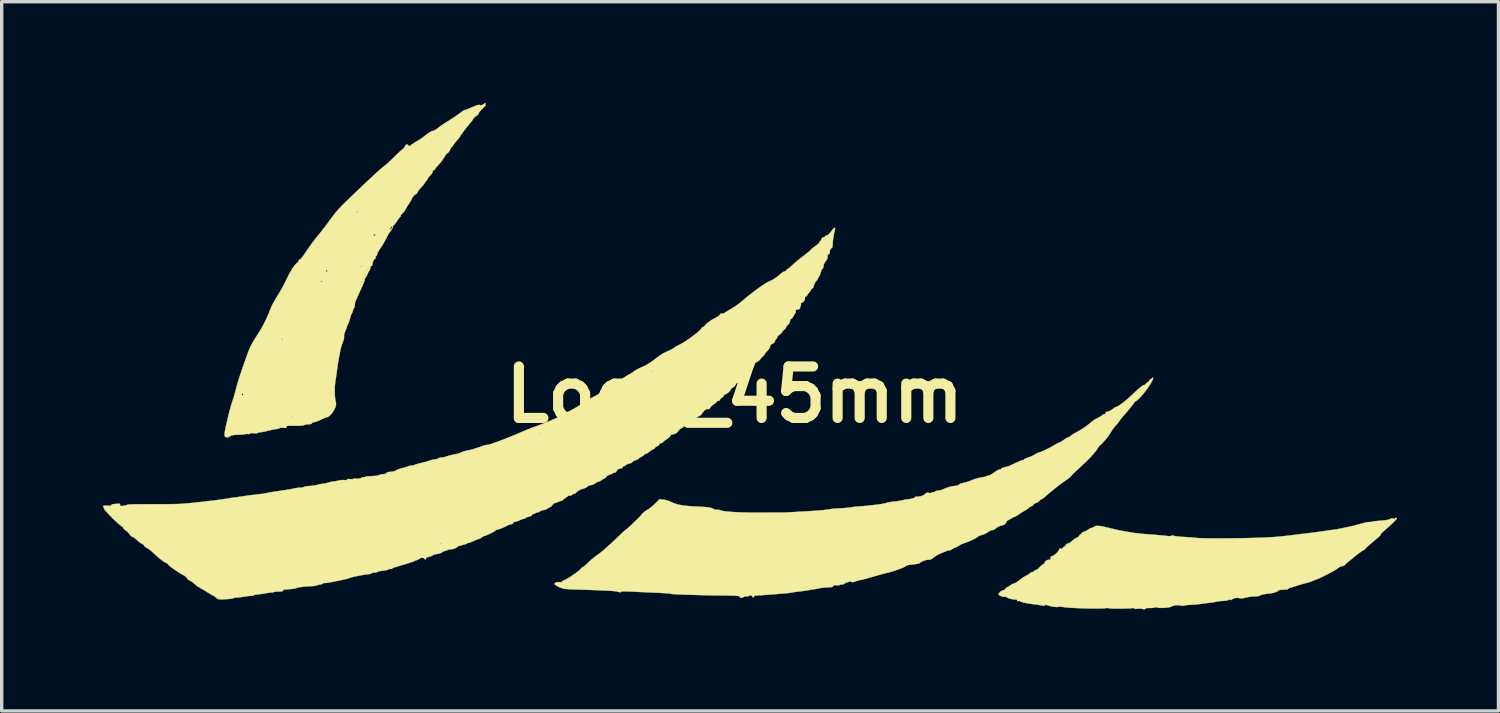
<source format=kicad_pcb>
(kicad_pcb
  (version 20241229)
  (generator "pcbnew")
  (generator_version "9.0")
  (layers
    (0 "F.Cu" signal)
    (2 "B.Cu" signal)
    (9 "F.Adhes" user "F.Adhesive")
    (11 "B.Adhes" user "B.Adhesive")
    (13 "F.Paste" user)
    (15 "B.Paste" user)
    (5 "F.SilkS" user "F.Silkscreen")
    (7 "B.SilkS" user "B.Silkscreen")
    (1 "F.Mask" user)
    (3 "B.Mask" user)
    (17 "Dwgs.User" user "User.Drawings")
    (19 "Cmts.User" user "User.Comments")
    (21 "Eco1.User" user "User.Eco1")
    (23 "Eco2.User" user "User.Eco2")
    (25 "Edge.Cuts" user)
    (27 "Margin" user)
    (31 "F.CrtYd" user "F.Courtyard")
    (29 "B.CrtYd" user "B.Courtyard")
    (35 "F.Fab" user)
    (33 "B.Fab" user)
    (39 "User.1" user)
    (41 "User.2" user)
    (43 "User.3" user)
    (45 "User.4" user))
  (footprint "Logo_45mm"
    (layer "F.Cu")
    (at 18.695 8.631)
    (property "Reference" "Logo_45mm" (at 0 0 0) (layer "F.SilkS") (effects (font (size 1.524 1.524) (thickness 0.3))))
    (attr through_hole)
    (fp_poly (pts (xy 19.6 3.655) (xy 19.604 3.661) (xy 19.588 3.685) (xy 19.545 3.731) (xy 19.483 3.794) (xy 19.409 3.864) (xy 19.332 3.935) (xy 19.258 3.999) (xy 19.241 4.014) (xy 19.179 4.068) (xy 19.136 4.112) (xy 19.119 4.137) (xy 19.119 4.137) (xy 19.117 4.15) (xy 19.108 4.166) (xy 19.086 4.19) (xy 19.046 4.226) (xy 18.983 4.281) (xy 18.891 4.358) (xy 18.86 4.385) (xy 18.779 4.454) (xy 18.714 4.513) (xy 18.671 4.556) (xy 18.657 4.574) (xy 18.64 4.594) (xy 18.632 4.595) (xy 18.601 4.609) (xy 18.544 4.645) (xy 18.472 4.698) (xy 18.392 4.759) (xy 18.317 4.821) (xy 18.258 4.871) (xy 18.189 4.926) (xy 18.176 4.937) (xy 18.117 4.985) (xy 18.069 5.03) (xy 18.06 5.04) (xy 18.009 5.072) (xy 17.971 5.08) (xy 17.915 5.096) (xy 17.874 5.125) (xy 17.833 5.155) (xy 17.761 5.199) (xy 17.666 5.253) (xy 17.559 5.31) (xy 17.45 5.366) (xy 17.347 5.416) (xy 17.262 5.454) (xy 17.214 5.472) (xy 17.151 5.495) (xy 17.106 5.515) (xy 17.099 5.519) (xy 17.066 5.533) (xy 17.002 5.553) (xy 16.92 5.575) (xy 16.914 5.576) (xy 16.82 5.601) (xy 16.731 5.626) (xy 16.672 5.646) (xy 16.597 5.671) (xy 16.509 5.697) (xy 16.482 5.704) (xy 16.421 5.723) (xy 16.386 5.741) (xy 16.383 5.749) (xy 16.371 5.762) (xy 16.33 5.768) (xy 16.212 5.773) (xy 16.137 5.781) (xy 16.1 5.79) (xy 16.094 5.797) (xy 16.075 5.817) (xy 16.026 5.841) (xy 15.963 5.863) (xy 15.906 5.875) (xy 15.772 5.892) (xy 15.677 5.907) (xy 15.614 5.919) (xy 15.576 5.932) (xy 15.556 5.944) (xy 15.52 5.959) (xy 15.453 5.969) (xy 15.39 5.971) (xy 15.286 5.978) (xy 15.176 5.996) (xy 15.126 6.008) (xy 15.018 6.031) (xy 14.947 6.025) (xy 14.878 6.014) (xy 14.802 6.023) (xy 14.738 6.048) (xy 14.717 6.066) (xy 14.689 6.085) (xy 14.674 6.073) (xy 14.65 6.06) (xy 14.627 6.074) (xy 14.588 6.089) (xy 14.52 6.1) (xy 14.45 6.106) (xy 14.368 6.111) (xy 14.302 6.119) (xy 14.27 6.126) (xy 14.228 6.136) (xy 14.159 6.148) (xy 14.12 6.153) (xy 13.978 6.17) (xy 13.868 6.184) (xy 13.777 6.197) (xy 13.762 6.199) (xy 13.698 6.207) (xy 13.608 6.214) (xy 13.509 6.22) (xy 13.506 6.22) (xy 13.418 6.226) (xy 13.347 6.234) (xy 13.306 6.243) (xy 13.304 6.244) (xy 13.261 6.251) (xy 13.231 6.246) (xy 13.143 6.231) (xy 13.048 6.235) (xy 12.966 6.255) (xy 12.941 6.268) (xy 12.89 6.287) (xy 12.81 6.301) (xy 12.716 6.31) (xy 12.623 6.313) (xy 12.545 6.308) (xy 12.498 6.296) (xy 12.456 6.291) (xy 12.429 6.3) (xy 12.382 6.312) (xy 12.311 6.316) (xy 12.279 6.315) (xy 12.197 6.316) (xy 12.155 6.334) (xy 12.152 6.338) (xy 12.126 6.358) (xy 12.091 6.346) (xy 12.04 6.334) (xy 11.964 6.334) (xy 11.935 6.337) (xy 11.858 6.342) (xy 11.824 6.332) (xy 11.823 6.326) (xy 11.809 6.311) (xy 11.801 6.314) (xy 11.77 6.321) (xy 11.703 6.326) (xy 11.611 6.329) (xy 11.504 6.332) (xy 11.39 6.333) (xy 11.281 6.333) (xy 11.185 6.331) (xy 11.112 6.328) (xy 11.072 6.323) (xy 11.068 6.321) (xy 11.04 6.311) (xy 11.012 6.316) (xy 10.964 6.323) (xy 10.876 6.328) (xy 10.759 6.33) (xy 10.62 6.33) (xy 10.467 6.328) (xy 10.307 6.324) (xy 10.15 6.318) (xy 10.002 6.311) (xy 9.872 6.303) (xy 9.768 6.293) (xy 9.698 6.283) (xy 9.695 6.282) (xy 9.632 6.275) (xy 9.584 6.279) (xy 9.58 6.281) (xy 9.54 6.287) (xy 9.471 6.282) (xy 9.389 6.27) (xy 9.312 6.252) (xy 9.254 6.232) (xy 9.251 6.23) (xy 9.207 6.22) (xy 9.191 6.233) (xy 9.166 6.246) (xy 9.111 6.243) (xy 9.05 6.233) (xy 8.974 6.218) (xy 8.913 6.209) (xy 8.89 6.207) (xy 8.848 6.204) (xy 8.775 6.193) (xy 8.684 6.179) (xy 8.59 6.163) (xy 8.547 6.155) (xy 8.492 6.136) (xy 8.463 6.12) (xy 8.418 6.106) (xy 8.396 6.11) (xy 8.365 6.108) (xy 8.359 6.086) (xy 8.348 6.06) (xy 8.335 6.062) (xy 8.302 6.065) (xy 8.243 6.058) (xy 8.175 6.045) (xy 8.111 6.028) (xy 8.068 6.01) (xy 8.059 6) (xy 8.038 5.988) (xy 7.987 5.981) (xy 7.966 5.981) (xy 7.909 5.975) (xy 7.876 5.963) (xy 7.874 5.957) (xy 7.855 5.937) (xy 7.839 5.934) (xy 7.81 5.925) (xy 7.815 5.896) (xy 7.85 5.848) (xy 7.897 5.81) (xy 7.94 5.796) (xy 7.988 5.777) (xy 8.013 5.75) (xy 8.041 5.713) (xy 8.061 5.703) (xy 8.093 5.69) (xy 8.144 5.658) (xy 8.161 5.646) (xy 8.217 5.609) (xy 8.263 5.589) (xy 8.271 5.588) (xy 8.313 5.573) (xy 8.381 5.529) (xy 8.47 5.462) (xy 8.512 5.429) (xy 8.547 5.406) (xy 8.605 5.373) (xy 8.629 5.361) (xy 8.692 5.324) (xy 8.741 5.288) (xy 8.75 5.278) (xy 8.783 5.255) (xy 8.801 5.256) (xy 8.831 5.25) (xy 8.865 5.221) (xy 8.9 5.191) (xy 8.922 5.189) (xy 8.945 5.183) (xy 8.986 5.15) (xy 9.012 5.123) (xy 9.065 5.071) (xy 9.098 5.045) (xy 17.942 5.045) (xy 17.953 5.057) (xy 17.965 5.045) (xy 17.953 5.034) (xy 17.942 5.045) (xy 9.098 5.045) (xy 9.112 5.035) (xy 9.127 5.027) (xy 9.161 5.003) (xy 9.167 4.988) (xy 9.187 4.944) (xy 9.232 4.906) (xy 9.284 4.887) (xy 9.304 4.888) (xy 9.339 4.889) (xy 9.351 4.859) (xy 9.352 4.84) (xy 9.363 4.792) (xy 9.392 4.78) (xy 9.435 4.764) (xy 9.491 4.724) (xy 9.547 4.672) (xy 9.59 4.621) (xy 9.606 4.583) (xy 9.618 4.557) (xy 9.652 4.56) (xy 9.697 4.559) (xy 9.712 4.539) (xy 9.74 4.507) (xy 9.756 4.503) (xy 9.785 4.483) (xy 9.797 4.457) (xy 9.828 4.418) (xy 9.86 4.41) (xy 9.907 4.394) (xy 9.962 4.354) (xy 9.976 4.341) (xy 10.041 4.285) (xy 10.115 4.24) (xy 10.123 4.237) (xy 10.177 4.206) (xy 10.205 4.174) (xy 10.206 4.168) (xy 10.225 4.137) (xy 10.241 4.133) (xy 10.271 4.115) (xy 10.275 4.099) (xy 10.295 4.07) (xy 10.323 4.064) (xy 10.372 4.05) (xy 10.432 4.017) (xy 10.447 4.006) (xy 10.502 3.97) (xy 10.548 3.95) (xy 10.556 3.949) (xy 10.6 3.935) (xy 10.635 3.915) (xy 10.672 3.894) (xy 10.718 3.884) (xy 10.782 3.885) (xy 10.871 3.898) (xy 10.99 3.924) (xy 11.104 3.951) (xy 11.227 3.98) (xy 11.344 4.007) (xy 11.443 4.028) (xy 11.511 4.041) (xy 11.511 4.041) (xy 11.602 4.056) (xy 11.708 4.074) (xy 11.765 4.084) (xy 11.855 4.097) (xy 11.97 4.111) (xy 12.087 4.122) (xy 12.111 4.124) (xy 12.301 4.138) (xy 12.482 4.153) (xy 12.644 4.168) (xy 12.778 4.181) (xy 12.85 4.189) (xy 12.904 4.188) (xy 12.934 4.175) (xy 12.965 4.165) (xy 12.993 4.176) (xy 13.034 4.187) (xy 13.109 4.198) (xy 13.208 4.207) (xy 13.291 4.212) (xy 13.411 4.219) (xy 13.528 4.228) (xy 13.626 4.236) (xy 13.67 4.241) (xy 13.746 4.247) (xy 13.862 4.251) (xy 14.011 4.254) (xy 14.188 4.255) (xy 14.385 4.255) (xy 14.596 4.254) (xy 14.816 4.252) (xy 15.037 4.248) (xy 15.254 4.244) (xy 15.46 4.238) (xy 15.648 4.232) (xy 15.813 4.224) (xy 15.948 4.216) (xy 15.956 4.215) (xy 16.038 4.209) (xy 16.142 4.199) (xy 16.256 4.187) (xy 16.37 4.175) (xy 16.471 4.164) (xy 16.549 4.154) (xy 16.591 4.148) (xy 16.632 4.142) (xy 16.707 4.132) (xy 16.806 4.121) (xy 16.891 4.112) (xy 17.026 4.096) (xy 17.174 4.077) (xy 17.31 4.058) (xy 17.364 4.05) (xy 17.472 4.034) (xy 17.574 4.019) (xy 17.653 4.009) (xy 17.676 4.006) (xy 17.719 4.001) (xy 17.772 3.993) (xy 17.842 3.981) (xy 17.935 3.963) (xy 18.059 3.938) (xy 18.221 3.904) (xy 18.233 3.902) (xy 18.299 3.886) (xy 18.392 3.862) (xy 18.498 3.833) (xy 18.54 3.821) (xy 18.634 3.796) (xy 18.713 3.778) (xy 18.766 3.769) (xy 18.779 3.77) (xy 18.82 3.771) (xy 18.877 3.759) (xy 18.933 3.748) (xy 19.019 3.739) (xy 19.117 3.731) (xy 19.133 3.731) (xy 19.254 3.72) (xy 19.35 3.701) (xy 19.394 3.684) (xy 19.452 3.661) (xy 19.489 3.664) (xy 19.502 3.673) (xy 19.529 3.688) (xy 19.535 3.674) (xy 19.554 3.651) (xy 19.57 3.648) (xy 19.6 3.655)) (stroke (width 0.01) (type solid)) (fill yes) (layer "F.SilkS"))
    (fp_poly (pts (xy 12.389 -0.492) (xy 12.377 -0.447) (xy 12.344 -0.38) (xy 12.294 -0.297) (xy 12.232 -0.204) (xy 12.162 -0.109) (xy 12.089 -0.016) (xy 12.018 0.067) (xy 11.952 0.135) (xy 11.897 0.181) (xy 11.867 0.197) (xy 11.831 0.22) (xy 11.823 0.239) (xy 11.808 0.266) (xy 11.768 0.32) (xy 11.708 0.394) (xy 11.633 0.482) (xy 11.603 0.517) (xy 11.525 0.607) (xy 11.459 0.685) (xy 11.411 0.744) (xy 11.386 0.779) (xy 11.384 0.784) (xy 11.369 0.809) (xy 11.331 0.857) (xy 11.29 0.903) (xy 11.231 0.972) (xy 11.181 1.039) (xy 11.16 1.073) (xy 11.117 1.142) (xy 11.058 1.226) (xy 10.99 1.314) (xy 10.923 1.394) (xy 10.866 1.455) (xy 10.834 1.482) (xy 10.781 1.533) (xy 10.748 1.586) (xy 10.72 1.63) (xy 10.668 1.697) (xy 10.601 1.777) (xy 10.525 1.859) (xy 10.452 1.934) (xy 10.442 1.944) (xy 10.326 2.054) (xy 10.221 2.153) (xy 10.134 2.234) (xy 10.085 2.278) (xy 10.028 2.332) (xy 9.983 2.38) (xy 9.972 2.394) (xy 9.916 2.451) (xy 9.822 2.524) (xy 9.71 2.601) (xy 9.633 2.655) (xy 9.551 2.718) (xy 9.525 2.739) (xy 9.459 2.794) (xy 9.396 2.845) (xy 9.375 2.862) (xy 9.325 2.902) (xy 9.259 2.959) (xy 9.213 3) (xy 9.154 3.05) (xy 9.107 3.084) (xy 9.085 3.094) (xy 9.054 3.11) (xy 9.012 3.149) (xy 9.01 3.152) (xy 8.962 3.192) (xy 8.915 3.21) (xy 8.914 3.21) (xy 8.868 3.228) (xy 8.844 3.256) (xy 8.811 3.293) (xy 8.787 3.302) (xy 8.747 3.317) (xy 8.714 3.342) (xy 8.685 3.37) (xy 8.649 3.396) (xy 8.597 3.428) (xy 8.518 3.472) (xy 8.453 3.512) (xy 8.398 3.553) (xy 8.394 3.556) (xy 8.334 3.595) (xy 8.29 3.614) (xy 8.242 3.632) (xy 8.22 3.646) (xy 8.194 3.664) (xy 8.141 3.691) (xy 8.122 3.7) (xy 8.058 3.741) (xy 8.036 3.783) (xy 8.036 3.784) (xy 8.014 3.825) (xy 7.948 3.861) (xy 7.849 3.888) (xy 7.792 3.913) (xy 7.731 3.956) (xy 7.725 3.961) (xy 7.676 3.997) (xy 7.636 4.01) (xy 7.63 4.009) (xy 7.591 4.013) (xy 7.546 4.036) (xy 7.454 4.097) (xy 7.37 4.139) (xy 7.306 4.156) (xy 7.301 4.156) (xy 7.246 4.172) (xy 7.222 4.188) (xy 7.175 4.223) (xy 7.098 4.267) (xy 7.007 4.312) (xy 6.915 4.353) (xy 6.835 4.382) (xy 6.821 4.386) (xy 6.737 4.416) (xy 6.654 4.46) (xy 6.641 4.468) (xy 6.582 4.504) (xy 6.536 4.524) (xy 6.526 4.526) (xy 6.488 4.54) (xy 6.443 4.572) (xy 6.4 4.6) (xy 6.37 4.605) (xy 6.338 4.605) (xy 6.284 4.622) (xy 6.275 4.626) (xy 6.207 4.655) (xy 6.123 4.689) (xy 6.088 4.702) (xy 6 4.746) (xy 5.911 4.803) (xy 5.886 4.823) (xy 5.819 4.872) (xy 5.766 4.89) (xy 5.732 4.888) (xy 5.677 4.892) (xy 5.604 4.913) (xy 5.533 4.944) (xy 5.482 4.978) (xy 5.472 4.989) (xy 5.445 5) (xy 5.384 5.012) (xy 5.3 5.022) (xy 5.276 5.024) (xy 5.168 5.038) (xy 5.096 5.057) (xy 5.067 5.074) (xy 5.036 5.095) (xy 4.971 5.125) (xy 4.883 5.16) (xy 4.781 5.196) (xy 4.678 5.23) (xy 4.583 5.257) (xy 4.549 5.266) (xy 4.372 5.31) (xy 4.159 5.369) (xy 4.006 5.414) (xy 3.904 5.443) (xy 3.81 5.468) (xy 3.738 5.484) (xy 3.718 5.487) (xy 3.641 5.504) (xy 3.573 5.53) (xy 3.504 5.551) (xy 3.445 5.539) (xy 3.394 5.527) (xy 3.376 5.541) (xy 3.354 5.555) (xy 3.346 5.552) (xy 3.315 5.556) (xy 3.269 5.583) (xy 3.264 5.587) (xy 3.205 5.619) (xy 3.16 5.621) (xy 3.125 5.62) (xy 3.117 5.63) (xy 3.097 5.642) (xy 3.044 5.643) (xy 3.025 5.641) (xy 2.961 5.637) (xy 2.928 5.65) (xy 2.919 5.666) (xy 2.899 5.688) (xy 2.854 5.7) (xy 2.774 5.704) (xy 2.763 5.704) (xy 2.668 5.708) (xy 2.575 5.718) (xy 2.528 5.727) (xy 2.456 5.742) (xy 2.351 5.761) (xy 2.228 5.781) (xy 2.1 5.801) (xy 1.981 5.818) (xy 1.885 5.83) (xy 1.87 5.831) (xy 1.791 5.841) (xy 1.719 5.852) (xy 1.704 5.855) (xy 1.643 5.865) (xy 1.562 5.875) (xy 1.531 5.878) (xy 1.464 5.884) (xy 1.364 5.892) (xy 1.246 5.902) (xy 1.131 5.912) (xy 1.005 5.922) (xy 0.88 5.931) (xy 0.773 5.938) (xy 0.704 5.941) (xy 0.62 5.948) (xy 0.578 5.961) (xy 0.572 5.975) (xy 0.566 6.001) (xy 0.541 5.997) (xy 0.513 5.967) (xy 0.511 5.964) (xy 0.489 5.938) (xy 0.458 5.942) (xy 0.431 5.955) (xy 0.381 5.973) (xy 0.348 5.97) (xy 0.308 5.967) (xy 0.293 5.975) (xy 0.229 6.009) (xy 0.173 6.009) (xy 0.163 6.005) (xy 0.138 5.977) (xy 0.136 5.966) (xy 0.115 5.96) (xy 0.055 5.954) (xy -0.038 5.949) (xy -0.155 5.946) (xy -0.29 5.944) (xy -0.295 5.944) (xy -0.45 5.943) (xy -0.621 5.941) (xy -0.802 5.938) (xy -0.986 5.934) (xy -1.168 5.929) (xy -1.341 5.924) (xy -1.499 5.919) (xy -1.637 5.914) (xy -1.749 5.909) (xy -1.828 5.904) (xy -1.869 5.9) (xy -1.872 5.898) (xy -1.906 5.89) (xy -1.984 5.882) (xy -2.105 5.874) (xy -2.27 5.865) (xy -2.481 5.856) (xy -2.505 5.855) (xy -2.655 5.848) (xy -2.824 5.841) (xy -2.987 5.833) (xy -3.088 5.828) (xy -3.221 5.823) (xy -3.311 5.824) (xy -3.36 5.83) (xy -3.371 5.839) (xy -3.386 5.852) (xy -3.432 5.841) (xy -3.435 5.84) (xy -3.489 5.826) (xy -3.572 5.815) (xy -3.667 5.807) (xy -3.671 5.806) (xy -3.772 5.801) (xy -3.908 5.796) (xy -4.069 5.789) (xy -4.244 5.782) (xy -4.421 5.776) (xy -4.591 5.77) (xy -4.742 5.766) (xy -4.814 5.764) (xy -4.915 5.759) (xy -5.004 5.752) (xy -5.066 5.743) (xy -5.08 5.74) (xy -5.164 5.709) (xy -5.242 5.672) (xy -5.302 5.636) (xy -5.332 5.606) (xy -5.334 5.6) (xy -5.314 5.573) (xy -5.266 5.554) (xy -5.208 5.547) (xy -5.174 5.553) (xy -5.126 5.548) (xy -5.104 5.531) (xy -5.07 5.501) (xy -5.054 5.496) (xy -5.018 5.483) (xy -4.956 5.449) (xy -4.876 5.4) (xy -4.789 5.342) (xy -4.704 5.283) (xy -4.632 5.229) (xy -4.581 5.186) (xy -4.567 5.171) (xy -4.528 5.126) (xy -4.495 5.104) (xy -4.492 5.103) (xy -4.464 5.088) (xy -4.415 5.047) (xy -4.355 4.99) (xy -4.352 4.986) (xy -4.277 4.916) (xy -4.181 4.836) (xy -4.083 4.76) (xy -4.064 4.747) (xy -3.996 4.697) (xy -3.925 4.64) (xy -3.844 4.572) (xy -3.75 4.489) (xy -3.638 4.385) (xy -3.502 4.258) (xy -3.353 4.116) (xy -3.291 4.058) (xy -3.243 4.015) (xy -3.217 3.995) (xy -3.215 3.995) (xy -3.194 3.98) (xy -3.148 3.939) (xy -3.084 3.881) (xy -3.011 3.813) (xy -2.937 3.741) (xy -2.868 3.674) (xy -2.813 3.618) (xy -2.78 3.582) (xy -2.773 3.573) (xy -2.743 3.532) (xy -2.685 3.479) (xy -2.612 3.426) (xy -2.557 3.393) (xy -2.497 3.353) (xy -2.423 3.291) (xy -2.349 3.222) (xy -2.349 3.221) (xy -2.227 3.095) (xy -2.1 3.109) (xy -2.008 3.128) (xy -1.917 3.159) (xy -1.882 3.176) (xy -1.785 3.22) (xy -1.665 3.255) (xy -1.516 3.282) (xy -1.333 3.301) (xy -1.111 3.314) (xy -0.962 3.32) (xy -0.852 3.328) (xy -0.771 3.337) (xy -0.711 3.349) (xy -0.665 3.365) (xy -0.643 3.376) (xy -0.58 3.401) (xy -0.529 3.41) (xy -0.518 3.408) (xy -0.47 3.407) (xy -0.434 3.42) (xy -0.377 3.438) (xy -0.278 3.454) (xy -0.142 3.467) (xy 0.025 3.478) (xy 0.221 3.486) (xy 0.439 3.491) (xy 0.675 3.493) (xy 0.739 3.492) (xy 0.935 3.491) (xy 1.091 3.491) (xy 1.211 3.49) (xy 1.3 3.49) (xy 1.365 3.49) (xy 1.411 3.49) (xy 1.443 3.491) (xy 1.449 3.491) (xy 1.488 3.49) (xy 1.562 3.486) (xy 1.658 3.481) (xy 1.732 3.476) (xy 1.852 3.469) (xy 1.971 3.462) (xy 2.073 3.456) (xy 2.113 3.454) (xy 2.303 3.443) (xy 2.477 3.43) (xy 2.628 3.417) (xy 2.747 3.403) (xy 2.806 3.394) (xy 2.882 3.381) (xy 2.946 3.374) (xy 2.967 3.373) (xy 3.025 3.371) (xy 3.109 3.367) (xy 3.206 3.36) (xy 3.302 3.352) (xy 3.387 3.344) (xy 3.445 3.336) (xy 3.464 3.333) (xy 3.504 3.325) (xy 3.574 3.317) (xy 3.637 3.312) (xy 3.78 3.301) (xy 3.929 3.288) (xy 4.075 3.272) (xy 4.21 3.257) (xy 4.326 3.241) (xy 4.416 3.226) (xy 4.47 3.214) (xy 4.479 3.21) (xy 4.507 3.199) (xy 4.552 3.189) (xy 4.621 3.177) (xy 4.723 3.164) (xy 4.826 3.152) (xy 4.903 3.141) (xy 4.965 3.129) (xy 4.988 3.123) (xy 5.041 3.108) (xy 5.057 3.106) (xy 5.149 3.097) (xy 5.233 3.081) (xy 5.297 3.063) (xy 5.331 3.045) (xy 5.334 3.039) (xy 5.355 3.02) (xy 5.412 3.02) (xy 5.505 3.011) (xy 5.601 2.971) (xy 5.666 2.92) (xy 5.708 2.897) (xy 5.748 2.908) (xy 5.791 2.921) (xy 5.808 2.908) (xy 5.84 2.892) (xy 5.851 2.894) (xy 5.89 2.89) (xy 5.922 2.872) (xy 5.979 2.848) (xy 6.032 2.84) (xy 6.101 2.829) (xy 6.166 2.805) (xy 6.218 2.78) (xy 6.251 2.768) (xy 6.252 2.768) (xy 6.284 2.758) (xy 6.327 2.741) (xy 6.395 2.72) (xy 6.454 2.71) (xy 6.521 2.702) (xy 6.569 2.696) (xy 6.619 2.679) (xy 6.639 2.664) (xy 6.678 2.639) (xy 6.719 2.625) (xy 6.86 2.591) (xy 6.971 2.554) (xy 7.047 2.522) (xy 7.135 2.489) (xy 7.233 2.464) (xy 7.259 2.46) (xy 7.337 2.446) (xy 7.402 2.431) (xy 7.421 2.424) (xy 7.484 2.404) (xy 7.529 2.392) (xy 7.581 2.371) (xy 7.649 2.33) (xy 7.691 2.298) (xy 7.757 2.253) (xy 7.818 2.223) (xy 7.846 2.217) (xy 7.883 2.21) (xy 7.887 2.196) (xy 7.899 2.178) (xy 7.952 2.158) (xy 8.039 2.139) (xy 8.047 2.137) (xy 8.086 2.127) (xy 8.145 2.103) (xy 8.231 2.063) (xy 8.324 2.018) (xy 8.407 1.981) (xy 8.477 1.953) (xy 8.522 1.94) (xy 8.526 1.94) (xy 8.561 1.93) (xy 8.567 1.92) (xy 8.587 1.902) (xy 8.639 1.879) (xy 8.69 1.861) (xy 8.778 1.827) (xy 8.863 1.786) (xy 8.896 1.766) (xy 8.957 1.73) (xy 9.007 1.71) (xy 9.019 1.709) (xy 9.056 1.698) (xy 9.122 1.671) (xy 9.207 1.632) (xy 9.299 1.586) (xy 9.386 1.54) (xy 9.459 1.498) (xy 9.49 1.478) (xy 9.554 1.442) (xy 9.606 1.42) (xy 9.66 1.395) (xy 9.726 1.353) (xy 9.748 1.336) (xy 9.804 1.296) (xy 9.849 1.273) (xy 9.861 1.27) (xy 9.9 1.256) (xy 9.933 1.232) (xy 9.963 1.206) (xy 9.999 1.181) (xy 10.049 1.151) (xy 10.124 1.109) (xy 10.181 1.079) (xy 10.29 1.013) (xy 10.408 0.932) (xy 10.514 0.85) (xy 10.541 0.826) (xy 10.588 0.786) (xy 10.634 0.753) (xy 10.695 0.718) (xy 10.766 0.681) (xy 10.834 0.643) (xy 10.882 0.612) (xy 10.899 0.595) (xy 10.918 0.581) (xy 10.948 0.577) (xy 10.983 0.567) (xy 10.983 0.543) (xy 10.986 0.516) (xy 11.026 0.507) (xy 11.032 0.507) (xy 11.09 0.491) (xy 11.156 0.453) (xy 11.175 0.438) (xy 11.229 0.396) (xy 11.271 0.372) (xy 11.282 0.369) (xy 11.324 0.354) (xy 11.392 0.313) (xy 11.478 0.252) (xy 11.575 0.175) (xy 11.674 0.089) (xy 11.73 0.037) (xy 11.854 -0.078) (xy 11.948 -0.165) (xy 12.018 -0.225) (xy 12.067 -0.262) (xy 12.099 -0.28) (xy 12.116 -0.282) (xy 12.149 -0.294) (xy 12.174 -0.322) (xy 12.207 -0.359) (xy 12.231 -0.369) (xy 12.259 -0.389) (xy 12.273 -0.416) (xy 12.298 -0.453) (xy 12.321 -0.462) (xy 12.35 -0.475) (xy 12.354 -0.485) (xy 12.37 -0.507) (xy 12.375 -0.508) (xy 12.389 -0.492)) (stroke (width 0.01) (type solid)) (fill yes) (layer "F.SilkS"))
    (fp_poly (pts (xy -7.369 -8.599) (xy -7.382 -8.553) (xy -7.436 -8.49) (xy -7.465 -8.463) (xy -7.522 -8.406) (xy -7.564 -8.353) (xy -7.577 -8.324) (xy -7.603 -8.282) (xy -7.651 -8.247) (xy -7.701 -8.214) (xy -7.73 -8.179) (xy -7.756 -8.133) (xy -7.784 -8.094) (xy -7.839 -8.028) (xy -7.901 -7.951) (xy -7.962 -7.875) (xy -8.012 -7.81) (xy -8.044 -7.768) (xy -8.047 -7.762) (xy -8.084 -7.712) (xy -8.099 -7.694) (xy -8.124 -7.657) (xy -8.128 -7.642) (xy -8.143 -7.616) (xy -8.181 -7.567) (xy -8.232 -7.511) (xy -8.285 -7.45) (xy -8.322 -7.399) (xy -8.335 -7.372) (xy -8.35 -7.345) (xy -8.359 -7.343) (xy -8.382 -7.324) (xy -8.411 -7.275) (xy -8.422 -7.252) (xy -8.454 -7.193) (xy -8.487 -7.156) (xy -8.497 -7.152) (xy -8.529 -7.127) (xy -8.567 -7.075) (xy -8.578 -7.055) (xy -8.652 -6.94) (xy -8.76 -6.808) (xy -8.815 -6.749) (xy -8.851 -6.705) (xy -8.867 -6.673) (xy -8.867 -6.672) (xy -8.886 -6.653) (xy -8.902 -6.65) (xy -8.93 -6.631) (xy -8.936 -6.603) (xy -8.953 -6.557) (xy -8.994 -6.506) (xy -9.002 -6.499) (xy -9.056 -6.441) (xy -9.096 -6.377) (xy -9.098 -6.374) (xy -9.123 -6.326) (xy -9.145 -6.304) (xy -9.147 -6.304) (xy -9.167 -6.286) (xy -9.167 -6.281) (xy -9.181 -6.248) (xy -9.207 -6.215) (xy -9.301 -6.112) (xy -9.362 -6.037) (xy -9.393 -5.987) (xy -9.398 -5.966) (xy -9.412 -5.94) (xy -9.427 -5.94) (xy -9.454 -5.929) (xy -9.492 -5.892) (xy -9.53 -5.845) (xy -9.555 -5.801) (xy -9.56 -5.784) (xy -9.572 -5.758) (xy -9.603 -5.708) (xy -9.634 -5.661) (xy -9.685 -5.585) (xy -9.73 -5.509) (xy -9.749 -5.475) (xy -9.788 -5.414) (xy -9.831 -5.368) (xy -9.836 -5.364) (xy -9.872 -5.327) (xy -9.883 -5.3) (xy -9.894 -5.266) (xy -9.901 -5.261) (xy -9.923 -5.239) (xy -9.96 -5.189) (xy -9.998 -5.132) (xy -10.041 -5.069) (xy -10.077 -5.025) (xy -10.095 -5.011) (xy -10.112 -4.992) (xy -10.114 -4.975) (xy -10.126 -4.937) (xy -10.157 -4.881) (xy -10.195 -4.823) (xy -10.229 -4.781) (xy -10.231 -4.78) (xy -10.247 -4.755) (xy -10.276 -4.699) (xy -10.313 -4.625) (xy -10.317 -4.618) (xy -10.37 -4.518) (xy -10.436 -4.408) (xy -10.493 -4.323) (xy -10.541 -4.25) (xy -10.574 -4.189) (xy -10.585 -4.151) (xy -10.585 -4.147) (xy -10.592 -4.114) (xy -10.609 -4.102) (xy -10.633 -4.074) (xy -10.629 -4.05) (xy -10.626 -4.023) (xy -10.638 -4.025) (xy -10.661 -4.017) (xy -10.687 -3.978) (xy -10.709 -3.924) (xy -10.72 -3.869) (xy -10.72 -3.852) (xy -10.732 -3.817) (xy -10.75 -3.81) (xy -10.777 -3.79) (xy -10.783 -3.754) (xy -10.797 -3.696) (xy -10.817 -3.664) (xy -10.849 -3.616) (xy -10.865 -3.571) (xy -10.889 -3.516) (xy -10.913 -3.485) (xy -10.941 -3.44) (xy -10.945 -3.415) (xy -10.955 -3.376) (xy -10.98 -3.308) (xy -11.017 -3.221) (xy -11.04 -3.17) (xy -11.084 -3.075) (xy -11.122 -2.99) (xy -11.15 -2.928) (xy -11.158 -2.909) (xy -11.187 -2.843) (xy -11.213 -2.79) (xy -11.236 -2.724) (xy -11.245 -2.647) (xy -11.245 -2.646) (xy -11.251 -2.592) (xy -11.265 -2.564) (xy -11.268 -2.563) (xy -11.287 -2.543) (xy -11.292 -2.511) (xy -11.307 -2.45) (xy -11.325 -2.417) (xy -11.349 -2.37) (xy -11.374 -2.299) (xy -11.385 -2.255) (xy -11.407 -2.178) (xy -11.433 -2.113) (xy -11.445 -2.09) (xy -11.47 -2.043) (xy -11.476 -2.015) (xy -11.485 -1.978) (xy -11.509 -1.917) (xy -11.525 -1.881) (xy -11.551 -1.811) (xy -11.563 -1.75) (xy -11.561 -1.729) (xy -11.561 -1.675) (xy -11.578 -1.61) (xy -11.579 -1.608) (xy -11.621 -1.497) (xy -11.655 -1.383) (xy -11.675 -1.299) (xy -11.685 -1.239) (xy -11.701 -1.158) (xy -11.71 -1.113) (xy -11.726 -1.024) (xy -11.74 -0.937) (xy -11.745 -0.905) (xy -11.754 -0.835) (xy -11.767 -0.743) (xy -11.777 -0.67) (xy -11.793 -0.564) (xy -11.811 -0.442) (xy -11.824 -0.352) (xy -11.834 -0.243) (xy -11.837 -0.119) (xy -11.834 0.008) (xy -11.825 0.121) (xy -11.81 0.209) (xy -11.802 0.235) (xy -11.798 0.3) (xy -11.822 0.383) (xy -11.866 0.472) (xy -11.922 0.556) (xy -11.985 0.624) (xy -12.047 0.663) (xy -12.074 0.669) (xy -12.11 0.679) (xy -12.172 0.705) (xy -12.244 0.74) (xy -12.326 0.778) (xy -12.402 0.805) (xy -12.449 0.815) (xy -12.496 0.827) (xy -12.515 0.849) (xy -12.537 0.869) (xy -12.601 0.877) (xy -12.618 0.877) (xy -12.683 0.882) (xy -12.726 0.893) (xy -12.733 0.899) (xy -12.761 0.909) (xy -12.823 0.916) (xy -12.905 0.92) (xy -12.914 0.92) (xy -13.052 0.92) (xy -13.15 0.921) (xy -13.215 0.924) (xy -13.252 0.929) (xy -13.269 0.936) (xy -13.272 0.947) (xy -13.269 0.958) (xy -13.268 0.979) (xy -13.294 0.986) (xy -13.356 0.981) (xy -13.357 0.981) (xy -13.424 0.978) (xy -13.467 0.987) (xy -13.473 0.992) (xy -13.505 1.01) (xy -13.546 1.016) (xy -13.595 1.022) (xy -13.674 1.037) (xy -13.768 1.058) (xy -13.792 1.064) (xy -13.888 1.087) (xy -13.974 1.104) (xy -14.036 1.113) (xy -14.045 1.114) (xy -14.097 1.122) (xy -14.123 1.136) (xy -14.152 1.146) (xy -14.208 1.145) (xy -14.235 1.142) (xy -14.311 1.137) (xy -14.349 1.152) (xy -14.35 1.153) (xy -14.383 1.169) (xy -14.41 1.166) (xy -14.459 1.161) (xy -14.479 1.167) (xy -14.513 1.174) (xy -14.58 1.181) (xy -14.668 1.186) (xy -14.698 1.187) (xy -14.806 1.192) (xy -14.878 1.203) (xy -14.923 1.222) (xy -14.935 1.231) (xy -14.998 1.266) (xy -15.061 1.257) (xy -15.076 1.249) (xy -15.096 1.221) (xy -15.098 1.165) (xy -15.094 1.12) (xy -15.079 1.035) (xy -15.055 0.919) (xy -15.024 0.784) (xy -14.994 0.658) (xy -13.116 0.658) (xy -13.104 0.67) (xy -13.093 0.658) (xy -13.104 0.647) (xy -13.116 0.658) (xy -14.994 0.658) (xy -14.99 0.641) (xy -14.955 0.5) (xy -14.921 0.373) (xy -14.891 0.271) (xy -14.871 0.212) (xy -14.842 0.127) (xy -14.809 0.019) (xy -14.805 0.001) (xy -14.593 0.001) (xy -14.576 0.022) (xy -14.57 0.023) (xy -14.55 0.004) (xy -14.547 -0.013) (xy -14.558 -0.037) (xy -14.57 -0.035) (xy -14.593 -0.005) (xy -14.593 0.001) (xy -14.805 0.001) (xy -14.781 -0.09) (xy -14.778 -0.1) (xy -14.748 -0.217) (xy -14.709 -0.354) (xy -14.658 -0.515) (xy -14.595 -0.706) (xy -14.517 -0.932) (xy -14.455 -1.108) (xy -14.413 -1.226) (xy -14.374 -1.324) (xy -14.335 -1.412) (xy -14.291 -1.499) (xy -14.237 -1.594) (xy -14.222 -1.618) (xy -13.41 -1.618) (xy -13.407 -1.616) (xy -13.386 -1.633) (xy -13.381 -1.639) (xy -13.375 -1.661) (xy -13.378 -1.663) (xy -13.4 -1.646) (xy -13.404 -1.639) (xy -13.41 -1.618) (xy -14.222 -1.618) (xy -14.167 -1.706) (xy -14.078 -1.846) (xy -14.05 -1.889) (xy -13.998 -1.977) (xy -13.938 -2.089) (xy -13.877 -2.212) (xy -13.822 -2.332) (xy -13.779 -2.435) (xy -13.762 -2.482) (xy -13.721 -2.585) (xy -13.654 -2.717) (xy -13.559 -2.881) (xy -13.48 -3.009) (xy -13.419 -3.111) (xy -13.351 -3.236) (xy -13.335 -3.267) (xy -11.084 -3.267) (xy -11.072 -3.256) (xy -11.061 -3.267) (xy -11.072 -3.279) (xy -11.084 -3.267) (xy -13.335 -3.267) (xy -13.294 -3.348) (xy -12.25 -3.348) (xy -12.248 -3.327) (xy -12.24 -3.325) (xy -12.223 -3.337) (xy -11.061 -3.337) (xy -11.049 -3.325) (xy -11.037 -3.337) (xy -11.049 -3.348) (xy -11.061 -3.337) (xy -12.223 -3.337) (xy -12.216 -3.342) (xy -12.215 -3.348) (xy -12.223 -3.371) (xy -12.225 -3.371) (xy -12.245 -3.355) (xy -12.25 -3.348) (xy -13.294 -3.348) (xy -13.286 -3.364) (xy -13.265 -3.406) (xy -11.014 -3.406) (xy -11.003 -3.394) (xy -10.991 -3.406) (xy -11.003 -3.417) (xy -11.014 -3.406) (xy -13.265 -3.406) (xy -13.255 -3.427) (xy -13.231 -3.475) (xy -10.991 -3.475) (xy -10.98 -3.464) (xy -10.968 -3.475) (xy -10.98 -3.487) (xy -10.991 -3.475) (xy -13.231 -3.475) (xy -13.208 -3.521) (xy -10.968 -3.521) (xy -10.957 -3.51) (xy -10.945 -3.521) (xy -10.957 -3.533) (xy -10.968 -3.521) (xy -13.208 -3.521) (xy -13.185 -3.568) (xy -10.945 -3.568) (xy -10.934 -3.556) (xy -10.922 -3.568) (xy -10.934 -3.579) (xy -10.945 -3.568) (xy -13.185 -3.568) (xy -13.168 -3.601) (xy -13.127 -3.671) (xy -12.094 -3.671) (xy -12.086 -3.645) (xy -12.068 -3.628) (xy -12.058 -3.645) (xy -12.058 -3.681) (xy -12.059 -3.683) (xy -10.899 -3.683) (xy -10.887 -3.671) (xy -10.876 -3.683) (xy -10.887 -3.695) (xy -10.899 -3.683) (xy -12.059 -3.683) (xy -12.063 -3.688) (xy -12.085 -3.694) (xy -12.094 -3.671) (xy -13.127 -3.671) (xy -13.093 -3.729) (xy -10.876 -3.729) (xy -10.864 -3.718) (xy -10.853 -3.729) (xy -10.864 -3.741) (xy -10.876 -3.729) (xy -13.093 -3.729) (xy -13.086 -3.74) (xy -13.048 -3.792) (xy -11.097 -3.792) (xy -11.074 -3.789) (xy -11.044 -3.793) (xy -11.044 -3.801) (xy -11.075 -3.806) (xy -11.088 -3.803) (xy -11.097 -3.792) (xy -13.048 -3.792) (xy -13.026 -3.822) (xy -10.991 -3.822) (xy -10.98 -3.81) (xy -10.968 -3.822) (xy -10.98 -3.833) (xy -10.991 -3.822) (xy -13.026 -3.822) (xy -13.012 -3.841) (xy -12.954 -3.896) (xy -12.918 -3.934) (xy -12.908 -3.961) (xy -12.889 -3.991) (xy -12.873 -3.995) (xy -12.847 -4.013) (xy -12.804 -4.063) (xy -12.748 -4.138) (xy -12.687 -4.229) (xy -12.685 -4.231) (xy -12.605 -4.35) (xy -12.512 -4.479) (xy -12.42 -4.6) (xy -12.369 -4.663) (xy -12.31 -4.735) (xy -10.688 -4.735) (xy -10.68 -4.712) (xy -10.651 -4.698) (xy -10.641 -4.701) (xy -10.632 -4.726) (xy -10.643 -4.74) (xy -10.674 -4.754) (xy -10.688 -4.735) (xy -12.31 -4.735) (xy -12.281 -4.771) (xy -12.192 -4.883) (xy -10.204 -4.883) (xy -10.184 -4.886) (xy -10.172 -4.895) (xy -10.142 -4.938) (xy -10.138 -4.962) (xy -10.142 -4.984) (xy -10.161 -4.969) (xy -10.172 -4.954) (xy -10.2 -4.909) (xy -10.204 -4.883) (xy -12.192 -4.883) (xy -12.183 -4.895) (xy -12.093 -5.013) (xy -12.062 -5.055) (xy -11.979 -5.168) (xy -11.908 -5.263) (xy -11.88 -5.299) (xy -11.291 -5.299) (xy -11.28 -5.288) (xy -11.268 -5.299) (xy -11.28 -5.311) (xy -11.291 -5.299) (xy -11.88 -5.299) (xy -11.845 -5.345) (xy -11.804 -5.396) (xy -11.195 -5.396) (xy -11.194 -5.381) (xy -11.19 -5.38) (xy -11.171 -5.396) (xy -11.15 -5.421) (xy -11.13 -5.448) (xy -11.142 -5.442) (xy -11.159 -5.429) (xy -11.195 -5.396) (xy -11.804 -5.396) (xy -11.783 -5.421) (xy -11.718 -5.495) (xy -11.646 -5.572) (xy -11.561 -5.659) (xy -11.458 -5.759) (xy -11.333 -5.879) (xy -11.181 -6.024) (xy -11.127 -6.075) (xy -10.95 -6.243) (xy -10.803 -6.382) (xy -10.681 -6.495) (xy -10.583 -6.586) (xy -10.503 -6.657) (xy -10.44 -6.712) (xy -10.388 -6.753) (xy -10.356 -6.777) (xy -10.301 -6.822) (xy -10.225 -6.89) (xy -10.14 -6.971) (xy -10.079 -7.031) (xy -9.998 -7.111) (xy -9.922 -7.183) (xy -9.862 -7.237) (xy -9.831 -7.262) (xy -9.788 -7.3) (xy -9.768 -7.332) (xy -9.767 -7.334) (xy -9.751 -7.369) (xy -9.73 -7.391) (xy -9.697 -7.409) (xy -9.669 -7.388) (xy -9.664 -7.382) (xy -9.641 -7.357) (xy -9.616 -7.361) (xy -9.579 -7.387) (xy -9.531 -7.421) (xy -9.458 -7.468) (xy -9.377 -7.517) (xy -9.376 -7.517) (xy -9.288 -7.573) (xy -9.203 -7.633) (xy -9.145 -7.68) (xy -9.063 -7.743) (xy -8.98 -7.791) (xy -8.909 -7.814) (xy -8.9 -7.815) (xy -8.87 -7.83) (xy -8.818 -7.865) (xy -8.773 -7.899) (xy -8.696 -7.958) (xy -8.614 -8.013) (xy -8.578 -8.035) (xy -8.5 -8.083) (xy -8.403 -8.145) (xy -8.298 -8.215) (xy -8.199 -8.283) (xy -8.118 -8.341) (xy -8.074 -8.375) (xy -8.022 -8.41) (xy -7.979 -8.428) (xy -7.975 -8.428) (xy -7.94 -8.437) (xy -7.875 -8.462) (xy -7.818 -8.486) (xy -7.505 -8.486) (xy -7.493 -8.474) (xy -7.481 -8.486) (xy -7.493 -8.497) (xy -7.505 -8.486) (xy -7.818 -8.486) (xy -7.792 -8.497) (xy -7.76 -8.511) (xy -7.663 -8.553) (xy -7.597 -8.574) (xy -7.554 -8.577) (xy -7.536 -8.571) (xy -7.493 -8.562) (xy -7.444 -8.588) (xy -7.435 -8.595) (xy -7.395 -8.625) (xy -7.377 -8.626) (xy -7.369 -8.599)) (stroke (width 0.01) (type solid)) (fill yes) (layer "F.SilkS"))
    (fp_poly (pts (xy 2.973 -4.937) (xy 2.971 -4.892) (xy 2.955 -4.826) (xy 2.928 -4.706) (xy 2.909 -4.56) (xy 2.901 -4.439) (xy 2.892 -4.368) (xy 2.869 -4.333) (xy 2.857 -4.328) (xy 2.826 -4.298) (xy 2.817 -4.236) (xy 2.81 -4.178) (xy 2.786 -4.157) (xy 2.781 -4.156) (xy 2.755 -4.143) (xy 2.751 -4.096) (xy 2.752 -4.087) (xy 2.744 -4.02) (xy 2.7 -3.955) (xy 2.696 -3.95) (xy 2.643 -3.87) (xy 2.632 -3.811) (xy 2.623 -3.756) (xy 2.6 -3.727) (xy 2.575 -3.698) (xy 2.554 -3.642) (xy 2.552 -3.63) (xy 2.528 -3.554) (xy 2.493 -3.486) (xy 2.492 -3.484) (xy 2.462 -3.438) (xy 2.448 -3.409) (xy 2.448 -3.408) (xy 2.433 -3.383) (xy 2.403 -3.349) (xy 2.367 -3.296) (xy 2.343 -3.226) (xy 2.342 -3.222) (xy 2.324 -3.166) (xy 2.298 -3.141) (xy 2.295 -3.14) (xy 2.266 -3.122) (xy 2.263 -3.108) (xy 2.247 -3.071) (xy 2.209 -3.025) (xy 2.206 -3.022) (xy 2.166 -2.977) (xy 2.148 -2.94) (xy 2.148 -2.938) (xy 2.129 -2.913) (xy 2.111 -2.909) (xy 2.084 -2.892) (xy 2.082 -2.855) (xy 2.072 -2.8) (xy 2.038 -2.75) (xy 1.993 -2.725) (xy 1.986 -2.725) (xy 1.966 -2.707) (xy 1.965 -2.696) (xy 1.962 -2.65) (xy 1.955 -2.627) (xy 1.936 -2.572) (xy 1.929 -2.552) (xy 1.9 -2.525) (xy 1.857 -2.517) (xy 1.813 -2.511) (xy 1.805 -2.485) (xy 1.808 -2.471) (xy 1.811 -2.434) (xy 1.805 -2.424) (xy 1.786 -2.405) (xy 1.758 -2.358) (xy 1.745 -2.332) (xy 1.712 -2.276) (xy 1.68 -2.243) (xy 1.67 -2.24) (xy 1.647 -2.22) (xy 1.639 -2.18) (xy 1.619 -2.115) (xy 1.582 -2.074) (xy 1.541 -2.033) (xy 1.524 -1.998) (xy 1.524 -1.997) (xy 1.507 -1.962) (xy 1.467 -1.921) (xy 1.466 -1.921) (xy 1.426 -1.885) (xy 1.409 -1.862) (xy 1.409 -1.861) (xy 1.393 -1.834) (xy 1.356 -1.796) (xy 1.317 -1.764) (xy 1.296 -1.755) (xy 1.275 -1.735) (xy 1.261 -1.697) (xy 1.242 -1.654) (xy 1.223 -1.639) (xy 1.204 -1.621) (xy 1.201 -1.603) (xy 1.18 -1.549) (xy 1.129 -1.508) (xy 1.095 -1.497) (xy 1.058 -1.47) (xy 1.051 -1.431) (xy 1.031 -1.373) (xy 0.977 -1.303) (xy 0.964 -1.29) (xy 0.915 -1.238) (xy 0.884 -1.196) (xy 0.877 -1.181) (xy 0.859 -1.151) (xy 0.836 -1.134) (xy 0.793 -1.097) (xy 0.766 -1.058) (xy 0.723 -1.009) (xy 0.668 -0.973) (xy 0.622 -0.946) (xy 0.6 -0.923) (xy 0.6 -0.922) (xy 0.586 -0.878) (xy 0.547 -0.814) (xy 0.496 -0.743) (xy 0.44 -0.677) (xy 0.391 -0.63) (xy 0.367 -0.615) (xy 0.32 -0.589) (xy 0.3 -0.561) (xy 0.3 -0.561) (xy 0.285 -0.527) (xy 0.245 -0.478) (xy 0.194 -0.426) (xy 0.141 -0.381) (xy 0.1 -0.355) (xy 0.085 -0.353) (xy 0.058 -0.341) (xy 0.031 -0.298) (xy 0.03 -0.296) (xy -0.009 -0.241) (xy -0.057 -0.208) (xy -0.1 -0.182) (xy -0.116 -0.156) (xy -0.135 -0.116) (xy -0.18 -0.069) (xy -0.237 -0.028) (xy -0.271 -0.013) (xy -0.312 0.01) (xy -0.323 0.032) (xy -0.342 0.063) (xy -0.381 0.092) (xy -0.423 0.125) (xy -0.439 0.154) (xy -0.458 0.179) (xy -0.485 0.185) (xy -0.522 0.194) (xy -0.531 0.208) (xy -0.549 0.232) (xy -0.594 0.269) (xy -0.622 0.287) (xy -0.68 0.332) (xy -0.72 0.377) (xy -0.727 0.392) (xy -0.747 0.424) (xy -0.764 0.426) (xy -0.801 0.424) (xy -0.853 0.442) (xy -0.9 0.47) (xy -0.923 0.499) (xy -0.924 0.502) (xy -0.938 0.529) (xy -0.947 0.531) (xy -0.967 0.55) (xy -0.97 0.565) (xy -0.989 0.596) (xy -1.037 0.627) (xy -1.051 0.634) (xy -1.103 0.661) (xy -1.13 0.687) (xy -1.131 0.692) (xy -1.15 0.713) (xy -1.164 0.716) (xy -1.205 0.73) (xy -1.242 0.762) (xy -1.26 0.797) (xy -1.257 0.81) (xy -1.263 0.829) (xy -1.276 0.831) (xy -1.32 0.84) (xy -1.373 0.862) (xy -1.416 0.888) (xy -1.431 0.906) (xy -1.45 0.922) (xy -1.466 0.924) (xy -1.497 0.933) (xy -1.501 0.941) (xy -1.52 0.961) (xy -1.566 0.987) (xy -1.572 0.99) (xy -1.629 1.028) (xy -1.667 1.074) (xy -1.667 1.074) (xy -1.714 1.13) (xy -1.787 1.168) (xy -1.847 1.178) (xy -1.889 1.196) (xy -1.903 1.218) (xy -1.929 1.253) (xy -1.982 1.298) (xy -2.02 1.324) (xy -2.079 1.364) (xy -2.116 1.398) (xy -2.124 1.411) (xy -2.144 1.427) (xy -2.173 1.432) (xy -2.219 1.451) (xy -2.233 1.478) (xy -2.261 1.515) (xy -2.288 1.524) (xy -2.332 1.543) (xy -2.355 1.57) (xy -2.387 1.607) (xy -2.411 1.616) (xy -2.446 1.631) (xy -2.497 1.667) (xy -2.52 1.685) (xy -2.576 1.728) (xy -2.625 1.752) (xy -2.638 1.755) (xy -2.672 1.765) (xy -2.679 1.777) (xy -2.697 1.8) (xy -2.744 1.83) (xy -2.759 1.837) (xy -2.811 1.866) (xy -2.839 1.889) (xy -2.84 1.892) (xy -2.86 1.909) (xy -2.909 1.931) (xy -2.931 1.939) (xy -2.991 1.965) (xy -3.03 1.993) (xy -3.035 2.001) (xy -3.065 2.026) (xy -3.099 2.033) (xy -3.155 2.047) (xy -3.21 2.078) (xy -3.259 2.11) (xy -3.296 2.124) (xy -3.319 2.142) (xy -3.319 2.153) (xy -3.336 2.176) (xy -3.388 2.189) (xy -3.39 2.189) (xy -3.453 2.207) (xy -3.486 2.251) (xy -3.487 2.253) (xy -3.521 2.298) (xy -3.554 2.309) (xy -3.598 2.319) (xy -3.613 2.33) (xy -3.643 2.35) (xy -3.696 2.367) (xy -3.755 2.392) (xy -3.794 2.427) (xy -3.823 2.462) (xy -3.84 2.471) (xy -3.869 2.484) (xy -3.918 2.516) (xy -3.935 2.528) (xy -3.985 2.561) (xy -4.019 2.574) (xy -4.024 2.572) (xy -4.049 2.576) (xy -4.095 2.603) (xy -4.117 2.618) (xy -4.181 2.657) (xy -4.242 2.677) (xy -4.255 2.679) (xy -4.305 2.686) (xy -4.329 2.7) (xy -4.361 2.728) (xy -4.417 2.759) (xy -4.478 2.784) (xy -4.52 2.794) (xy -4.559 2.807) (xy -4.615 2.838) (xy -4.669 2.876) (xy -4.703 2.909) (xy -4.707 2.914) (xy -4.733 2.93) (xy -4.756 2.933) (xy -4.798 2.948) (xy -4.811 2.965) (xy -4.841 2.988) (xy -4.869 2.986) (xy -4.922 2.993) (xy -4.958 3.019) (xy -5.007 3.058) (xy -5.041 3.078) (xy -5.074 3.102) (xy -5.08 3.117) (xy -5.099 3.137) (xy -5.12 3.141) (xy -5.169 3.151) (xy -5.227 3.175) (xy -5.283 3.199) (xy -5.325 3.21) (xy -5.325 3.21) (xy -5.359 3.227) (xy -5.394 3.267) (xy -5.428 3.309) (xy -5.454 3.325) (xy -5.487 3.338) (xy -5.534 3.37) (xy -5.536 3.371) (xy -5.598 3.405) (xy -5.659 3.417) (xy -5.719 3.429) (xy -5.758 3.452) (xy -5.808 3.481) (xy -5.839 3.487) (xy -5.884 3.497) (xy -5.9 3.51) (xy -5.932 3.529) (xy -5.959 3.533) (xy -5.996 3.547) (xy -6.004 3.566) (xy -6.025 3.592) (xy -6.084 3.612) (xy -6.096 3.614) (xy -6.154 3.628) (xy -6.186 3.645) (xy -6.188 3.65) (xy -6.207 3.668) (xy -6.23 3.671) (xy -6.275 3.682) (xy -6.339 3.707) (xy -6.362 3.718) (xy -6.43 3.747) (xy -6.491 3.763) (xy -6.505 3.764) (xy -6.548 3.777) (xy -6.558 3.798) (xy -6.577 3.827) (xy -6.602 3.833) (xy -6.654 3.844) (xy -6.712 3.867) (xy -6.797 3.909) (xy -6.885 3.948) (xy -6.963 3.978) (xy -7.017 3.993) (xy -7.029 3.995) (xy -7.069 4.009) (xy -7.078 4.019) (xy -7.106 4.041) (xy -7.163 4.074) (xy -7.235 4.112) (xy -7.308 4.146) (xy -7.369 4.171) (xy -7.402 4.179) (xy -7.438 4.193) (xy -7.487 4.225) (xy -7.488 4.226) (xy -7.538 4.258) (xy -7.577 4.272) (xy -7.577 4.272) (xy -7.614 4.282) (xy -7.676 4.307) (xy -7.722 4.33) (xy -7.793 4.362) (xy -7.853 4.383) (xy -7.877 4.387) (xy -7.919 4.399) (xy -7.932 4.411) (xy -7.965 4.431) (xy -7.974 4.43) (xy -8.013 4.435) (xy -8.066 4.453) (xy -8.124 4.472) (xy -8.164 4.48) (xy -8.194 4.489) (xy -8.197 4.497) (xy -8.217 4.52) (xy -8.267 4.545) (xy -8.329 4.566) (xy -8.389 4.577) (xy -8.401 4.577) (xy -8.456 4.583) (xy -8.486 4.595) (xy -8.523 4.612) (xy -8.582 4.628) (xy -8.584 4.629) (xy -8.635 4.645) (xy -8.659 4.663) (xy -8.659 4.664) (xy -8.67 4.679) (xy -8.708 4.693) (xy -8.781 4.71) (xy -8.855 4.724) (xy -8.918 4.744) (xy -8.961 4.77) (xy -9.012 4.795) (xy -9.06 4.803) (xy -9.117 4.819) (xy -9.141 4.853) (xy -9.156 4.886) (xy -9.169 4.877) (xy -9.174 4.864) (xy -9.207 4.834) (xy -9.261 4.828) (xy -9.316 4.845) (xy -9.337 4.861) (xy -9.379 4.889) (xy -9.403 4.895) (xy -9.448 4.909) (xy -9.457 4.915) (xy -9.488 4.93) (xy -9.551 4.954) (xy -9.637 4.982) (xy -9.687 4.998) (xy -9.785 5.028) (xy -9.873 5.055) (xy -9.935 5.074) (xy -9.952 5.08) (xy -10.022 5.1) (xy -10.073 5.113) (xy -10.119 5.13) (xy -10.137 5.149) (xy -10.154 5.161) (xy -10.172 5.158) (xy -10.218 5.159) (xy -10.238 5.17) (xy -10.276 5.186) (xy -10.344 5.201) (xy -10.411 5.21) (xy -10.488 5.221) (xy -10.544 5.234) (xy -10.566 5.245) (xy -10.595 5.258) (xy -10.65 5.265) (xy -10.656 5.265) (xy -10.713 5.271) (xy -10.748 5.286) (xy -10.749 5.288) (xy -10.781 5.306) (xy -10.818 5.311) (xy -10.869 5.316) (xy -10.951 5.328) (xy -11.052 5.346) (xy -11.159 5.367) (xy -11.259 5.388) (xy -11.341 5.408) (xy -11.391 5.423) (xy -11.395 5.425) (xy -11.456 5.447) (xy -11.499 5.458) (xy -11.544 5.467) (xy -11.623 5.484) (xy -11.724 5.505) (xy -11.829 5.528) (xy -11.938 5.549) (xy -12.031 5.565) (xy -12.099 5.574) (xy -12.133 5.574) (xy -12.17 5.577) (xy -12.179 5.586) (xy -12.213 5.607) (xy -12.238 5.611) (xy -12.291 5.62) (xy -12.346 5.639) (xy -12.407 5.656) (xy -12.49 5.667) (xy -12.538 5.67) (xy -12.659 5.676) (xy -12.776 5.687) (xy -12.876 5.7) (xy -12.949 5.716) (xy -12.975 5.725) (xy -13.016 5.737) (xy -13.089 5.749) (xy -13.174 5.758) (xy -13.257 5.764) (xy -13.32 5.769) (xy -13.352 5.771) (xy -13.352 5.771) (xy -13.368 5.791) (xy -13.37 5.802) (xy -13.388 5.82) (xy -13.447 5.827) (xy -13.497 5.828) (xy -13.569 5.829) (xy -13.621 5.837) (xy -13.637 5.845) (xy -13.662 5.857) (xy -13.667 5.855) (xy -13.697 5.854) (xy -13.76 5.861) (xy -13.846 5.873) (xy -13.891 5.881) (xy -13.991 5.898) (xy -14.081 5.91) (xy -14.146 5.917) (xy -14.161 5.918) (xy -14.207 5.924) (xy -14.224 5.937) (xy -14.244 5.95) (xy -14.287 5.954) (xy -14.356 5.957) (xy -14.432 5.966) (xy -14.571 5.987) (xy -14.676 6.001) (xy -14.743 6.008) (xy -14.764 6.007) (xy -14.801 6.011) (xy -14.822 6.018) (xy -14.87 6.034) (xy -14.938 6.045) (xy -15.035 6.053) (xy -15.132 6.058) (xy -15.22 6.059) (xy -15.277 6.053) (xy -15.317 6.035) (xy -15.346 6.011) (xy -15.39 5.974) (xy -15.419 5.957) (xy -15.42 5.956) (xy -15.446 5.944) (xy -15.5 5.913) (xy -15.573 5.869) (xy -15.598 5.853) (xy -15.685 5.799) (xy -15.768 5.75) (xy -15.831 5.715) (xy -15.838 5.711) (xy -15.906 5.669) (xy -15.976 5.612) (xy -15.992 5.596) (xy -16.051 5.546) (xy -16.108 5.512) (xy -16.124 5.506) (xy -16.178 5.475) (xy -16.205 5.44) (xy -16.241 5.394) (xy -16.298 5.352) (xy -16.306 5.348) (xy -16.377 5.31) (xy -16.441 5.271) (xy -16.443 5.269) (xy -16.585 5.174) (xy -16.688 5.1) (xy -16.751 5.047) (xy -16.773 5.02) (xy -16.8 4.991) (xy -16.813 4.988) (xy -16.849 4.973) (xy -16.91 4.934) (xy -16.986 4.877) (xy -17.068 4.811) (xy -17.147 4.74) (xy -17.203 4.687) (xy -17.273 4.622) (xy -17.347 4.567) (xy -17.393 4.54) (xy -17.447 4.508) (xy -17.478 4.477) (xy -17.48 4.469) (xy -17.499 4.438) (xy -17.532 4.421) (xy -17.55 4.41) (xy -8.705 4.41) (xy -8.697 4.429) (xy -8.69 4.426) (xy -8.687 4.398) (xy -8.69 4.395) (xy -8.704 4.398) (xy -8.705 4.41) (xy -17.55 4.41) (xy -17.576 4.397) (xy -17.638 4.351) (xy -17.692 4.303) (xy -17.754 4.251) (xy -17.807 4.214) (xy -17.835 4.203) (xy -17.869 4.184) (xy -17.907 4.139) (xy -17.911 4.132) (xy -17.961 4.07) (xy -18.025 4.017) (xy -18.028 4.014) (xy -18.077 3.976) (xy -18.102 3.941) (xy -18.103 3.935) (xy -18.12 3.906) (xy -18.133 3.902) (xy -18.161 3.887) (xy -18.214 3.844) (xy -18.284 3.781) (xy -18.364 3.706) (xy -18.446 3.624) (xy -18.524 3.544) (xy -18.591 3.472) (xy -18.64 3.416) (xy -18.663 3.381) (xy -18.664 3.378) (xy -18.68 3.325) (xy -18.689 3.307) (xy -18.69 3.291) (xy -18.66 3.285) (xy -18.594 3.287) (xy -18.578 3.288) (xy -18.5 3.291) (xy -18.459 3.284) (xy -18.45 3.269) (xy -18.428 3.247) (xy -18.369 3.237) (xy -18.363 3.237) (xy -18.292 3.233) (xy -18.235 3.228) (xy -18.23 3.228) (xy -18.195 3.233) (xy -18.191 3.263) (xy -18.189 3.288) (xy -18.165 3.297) (xy -18.107 3.293) (xy -18.102 3.292) (xy -18.036 3.28) (xy -17.987 3.264) (xy -17.98 3.26) (xy -17.95 3.254) (xy -17.88 3.25) (xy -17.773 3.246) (xy -17.636 3.244) (xy -17.473 3.242) (xy -17.29 3.243) (xy -17.237 3.243) (xy -17.049 3.243) (xy -16.866 3.243) (xy -16.696 3.241) (xy -16.546 3.238) (xy -16.425 3.235) (xy -16.341 3.23) (xy -16.325 3.229) (xy -16.159 3.214) (xy -16.032 3.202) (xy -15.937 3.192) (xy -15.868 3.185) (xy -15.818 3.179) (xy -15.783 3.175) (xy -15.73 3.168) (xy -15.645 3.158) (xy -15.543 3.147) (xy -15.482 3.14) (xy -15.354 3.125) (xy -15.214 3.106) (xy -15.088 3.087) (xy -15.055 3.082) (xy -14.95 3.064) (xy -14.847 3.049) (xy -14.767 3.038) (xy -14.755 3.037) (xy -14.672 3.026) (xy -14.571 3.011) (xy -14.513 3.002) (xy -14.424 2.99) (xy -14.311 2.975) (xy -14.191 2.961) (xy -14.155 2.957) (xy -14.046 2.944) (xy -13.945 2.93) (xy -13.865 2.916) (xy -13.843 2.912) (xy -13.774 2.897) (xy -13.679 2.881) (xy -13.577 2.865) (xy -13.566 2.863) (xy -13.466 2.849) (xy -13.374 2.835) (xy -13.307 2.825) (xy -13.3 2.824) (xy -13.236 2.813) (xy -13.187 2.806) (xy -13.185 2.806) (xy -13.144 2.799) (xy -13.076 2.785) (xy -13.016 2.773) (xy -12.939 2.759) (xy -12.878 2.753) (xy -12.852 2.756) (xy -12.81 2.754) (xy -12.762 2.737) (xy -12.703 2.718) (xy -12.624 2.706) (xy -12.592 2.705) (xy -12.505 2.698) (xy -12.403 2.682) (xy -12.343 2.668) (xy -12.26 2.649) (xy -12.189 2.636) (xy -12.154 2.632) (xy -12.094 2.624) (xy -12.038 2.606) (xy -11.967 2.586) (xy -11.892 2.573) (xy -11.816 2.563) (xy -11.729 2.545) (xy -11.709 2.54) (xy -11.63 2.528) (xy -11.559 2.527) (xy -11.542 2.529) (xy -11.49 2.532) (xy -11.476 2.516) (xy -11.458 2.498) (xy -11.401 2.498) (xy -11.384 2.5) (xy -11.326 2.504) (xy -11.294 2.498) (xy -11.291 2.494) (xy -11.271 2.486) (xy -11.22 2.485) (xy -11.191 2.488) (xy -11.119 2.49) (xy -11.077 2.478) (xy -11.074 2.473) (xy -11.04 2.453) (xy -11.005 2.448) (xy -10.957 2.442) (xy -10.938 2.433) (xy -10.909 2.425) (xy -10.846 2.418) (xy -10.761 2.412) (xy -10.735 2.411) (xy -10.644 2.406) (xy -10.571 2.396) (xy -10.527 2.384) (xy -10.522 2.38) (xy -10.484 2.364) (xy -10.422 2.356) (xy -10.409 2.355) (xy -10.338 2.346) (xy -10.307 2.321) (xy -10.273 2.294) (xy -10.203 2.286) (xy -10.132 2.28) (xy -10.074 2.266) (xy -10.067 2.263) (xy -9.992 2.226) (xy -9.932 2.202) (xy -9.866 2.183) (xy -9.814 2.17) (xy -9.74 2.15) (xy -9.684 2.13) (xy -9.665 2.12) (xy -9.628 2.107) (xy -9.571 2.101) (xy -9.514 2.096) (xy -9.478 2.082) (xy -9.446 2.068) (xy -9.382 2.049) (xy -9.297 2.027) (xy -9.271 2.021) (xy -9.173 1.997) (xy -9.084 1.972) (xy -9.021 1.951) (xy -9.014 1.948) (xy -8.941 1.925) (xy -8.874 1.917) (xy -8.805 1.904) (xy -8.757 1.881) (xy -8.711 1.859) (xy -8.682 1.859) (xy -8.649 1.86) (xy -8.587 1.847) (xy -8.526 1.828) (xy -8.429 1.799) (xy -8.328 1.775) (xy -8.278 1.766) (xy -8.193 1.748) (xy -8.116 1.721) (xy -8.092 1.71) (xy -8.024 1.681) (xy -7.939 1.658) (xy -7.91 1.652) (xy -7.833 1.638) (xy -7.768 1.623) (xy -7.75 1.617) (xy -7.697 1.599) (xy -7.625 1.576) (xy -7.597 1.568) (xy -7.53 1.547) (xy -7.481 1.528) (xy -7.47 1.522) (xy -7.434 1.509) (xy -7.372 1.495) (xy -7.343 1.491) (xy -7.268 1.477) (xy -7.207 1.461) (xy -7.193 1.456) (xy -7.143 1.436) (xy -7.072 1.412) (xy -7.043 1.402) (xy -6.972 1.377) (xy -6.869 1.337) (xy -6.743 1.288) (xy -6.604 1.231) (xy -6.462 1.173) (xy -6.382 1.139) (xy -5.765 1.139) (xy -5.762 1.153) (xy -5.75 1.155) (xy -5.731 1.146) (xy -5.734 1.139) (xy -5.762 1.136) (xy -5.765 1.139) (xy -6.382 1.139) (xy -6.326 1.115) (xy -6.246 1.081) (xy -6.145 1.038) (xy -6.039 0.996) (xy -5.957 0.966) (xy -5.818 0.916) (xy -5.675 0.862) (xy -5.535 0.806) (xy -5.409 0.753) (xy -5.304 0.706) (xy -5.229 0.669) (xy -5.204 0.654) (xy -5.148 0.621) (xy -5.064 0.575) (xy -4.965 0.525) (xy -4.9 0.493) (xy -4.789 0.436) (xy -4.679 0.373) (xy -4.586 0.314) (xy -4.549 0.287) (xy -4.47 0.232) (xy -4.366 0.169) (xy -4.256 0.107) (xy -4.211 0.084) (xy -4.121 0.038) (xy -4.049 -0.002) (xy -4.003 -0.031) (xy -3.991 -0.042) (xy -3.981 -0.055) (xy -3.956 -0.074) (xy -3.91 -0.101) (xy -3.835 -0.14) (xy -3.729 -0.195) (xy -3.659 -0.236) (xy -3.567 -0.296) (xy -3.47 -0.364) (xy -3.429 -0.395) (xy -3.336 -0.462) (xy -3.244 -0.525) (xy -3.165 -0.574) (xy -3.138 -0.589) (xy -3.06 -0.634) (xy -2.988 -0.681) (xy -2.988 -0.681) (xy -2.494 -0.681) (xy -2.482 -0.67) (xy -2.471 -0.681) (xy -2.482 -0.693) (xy -2.494 -0.681) (xy -2.988 -0.681) (xy -2.965 -0.699) (xy -2.956 -0.704) (xy -2.448 -0.704) (xy -2.436 -0.693) (xy -2.425 -0.704) (xy -2.436 -0.716) (xy -2.448 -0.704) (xy -2.956 -0.704) (xy -2.901 -0.741) (xy -2.82 -0.782) (xy -2.792 -0.793) (xy -2.639 -0.864) (xy -2.473 -0.965) (xy -2.306 -1.09) (xy -2.291 -1.102) (xy -2.202 -1.168) (xy -2.103 -1.228) (xy -2.016 -1.27) (xy -1.929 -1.307) (xy -1.847 -1.35) (xy -1.806 -1.377) (xy -1.737 -1.423) (xy -1.653 -1.468) (xy -1.626 -1.481) (xy -1.556 -1.517) (xy -1.469 -1.571) (xy -1.373 -1.635) (xy -1.273 -1.706) (xy -1.179 -1.778) (xy -1.096 -1.845) (xy -1.031 -1.903) (xy -0.991 -1.945) (xy -0.984 -1.966) (xy -0.976 -1.983) (xy -0.961 -1.986) (xy -0.926 -2.003) (xy -0.88 -2.045) (xy -0.861 -2.067) (xy -0.816 -2.116) (xy -0.778 -2.144) (xy -0.768 -2.147) (xy -0.741 -2.159) (xy -0.739 -2.166) (xy -0.72 -2.185) (xy -0.669 -2.217) (xy -0.598 -2.255) (xy -0.589 -2.259) (xy -0.515 -2.3) (xy -0.462 -2.338) (xy -0.439 -2.366) (xy -0.439 -2.368) (xy -0.418 -2.394) (xy -0.371 -2.401) (xy -0.318 -2.408) (xy -0.29 -2.423) (xy -0.265 -2.443) (xy -0.209 -2.478) (xy -0.134 -2.522) (xy -0.104 -2.538) (xy 0.001 -2.603) (xy 0.113 -2.681) (xy 0.208 -2.757) (xy 0.209 -2.759) (xy 0.311 -2.846) (xy 0.426 -2.94) (xy 0.549 -3.035) (xy 0.671 -3.126) (xy 0.785 -3.208) (xy 0.885 -3.275) (xy 0.962 -3.322) (xy 1.004 -3.342) (xy 1.13 -3.402) (xy 1.267 -3.494) (xy 1.361 -3.573) (xy 1.417 -3.618) (xy 1.466 -3.645) (xy 1.481 -3.648) (xy 1.522 -3.667) (xy 1.532 -3.683) (xy 1.555 -3.714) (xy 1.567 -3.718) (xy 1.594 -3.733) (xy 1.641 -3.771) (xy 1.677 -3.804) (xy 1.731 -3.855) (xy 1.787 -3.905) (xy 1.855 -3.962) (xy 1.942 -4.032) (xy 2.056 -4.12) (xy 2.101 -4.155) (xy 2.173 -4.212) (xy 2.229 -4.259) (xy 2.259 -4.289) (xy 2.263 -4.295) (xy 2.28 -4.315) (xy 2.326 -4.352) (xy 2.379 -4.389) (xy 2.443 -4.438) (xy 2.49 -4.483) (xy 2.507 -4.508) (xy 2.528 -4.543) (xy 2.542 -4.549) (xy 2.559 -4.568) (xy 2.563 -4.593) (xy 2.584 -4.634) (xy 2.621 -4.651) (xy 2.664 -4.669) (xy 2.679 -4.688) (xy 2.698 -4.706) (xy 2.725 -4.711) (xy 2.768 -4.731) (xy 2.825 -4.788) (xy 2.854 -4.826) (xy 2.914 -4.904) (xy 2.954 -4.941) (xy 2.973 -4.937)) (stroke (width 0.01) (type solid)) (fill yes) (layer "F.SilkS")))
  (gr_rect
    (start -3 -3)
    (end 41.304 17.993)
    (stroke (width 0.1) (type default))
    (fill no)
    (layer "Edge.Cuts")))
</source>
